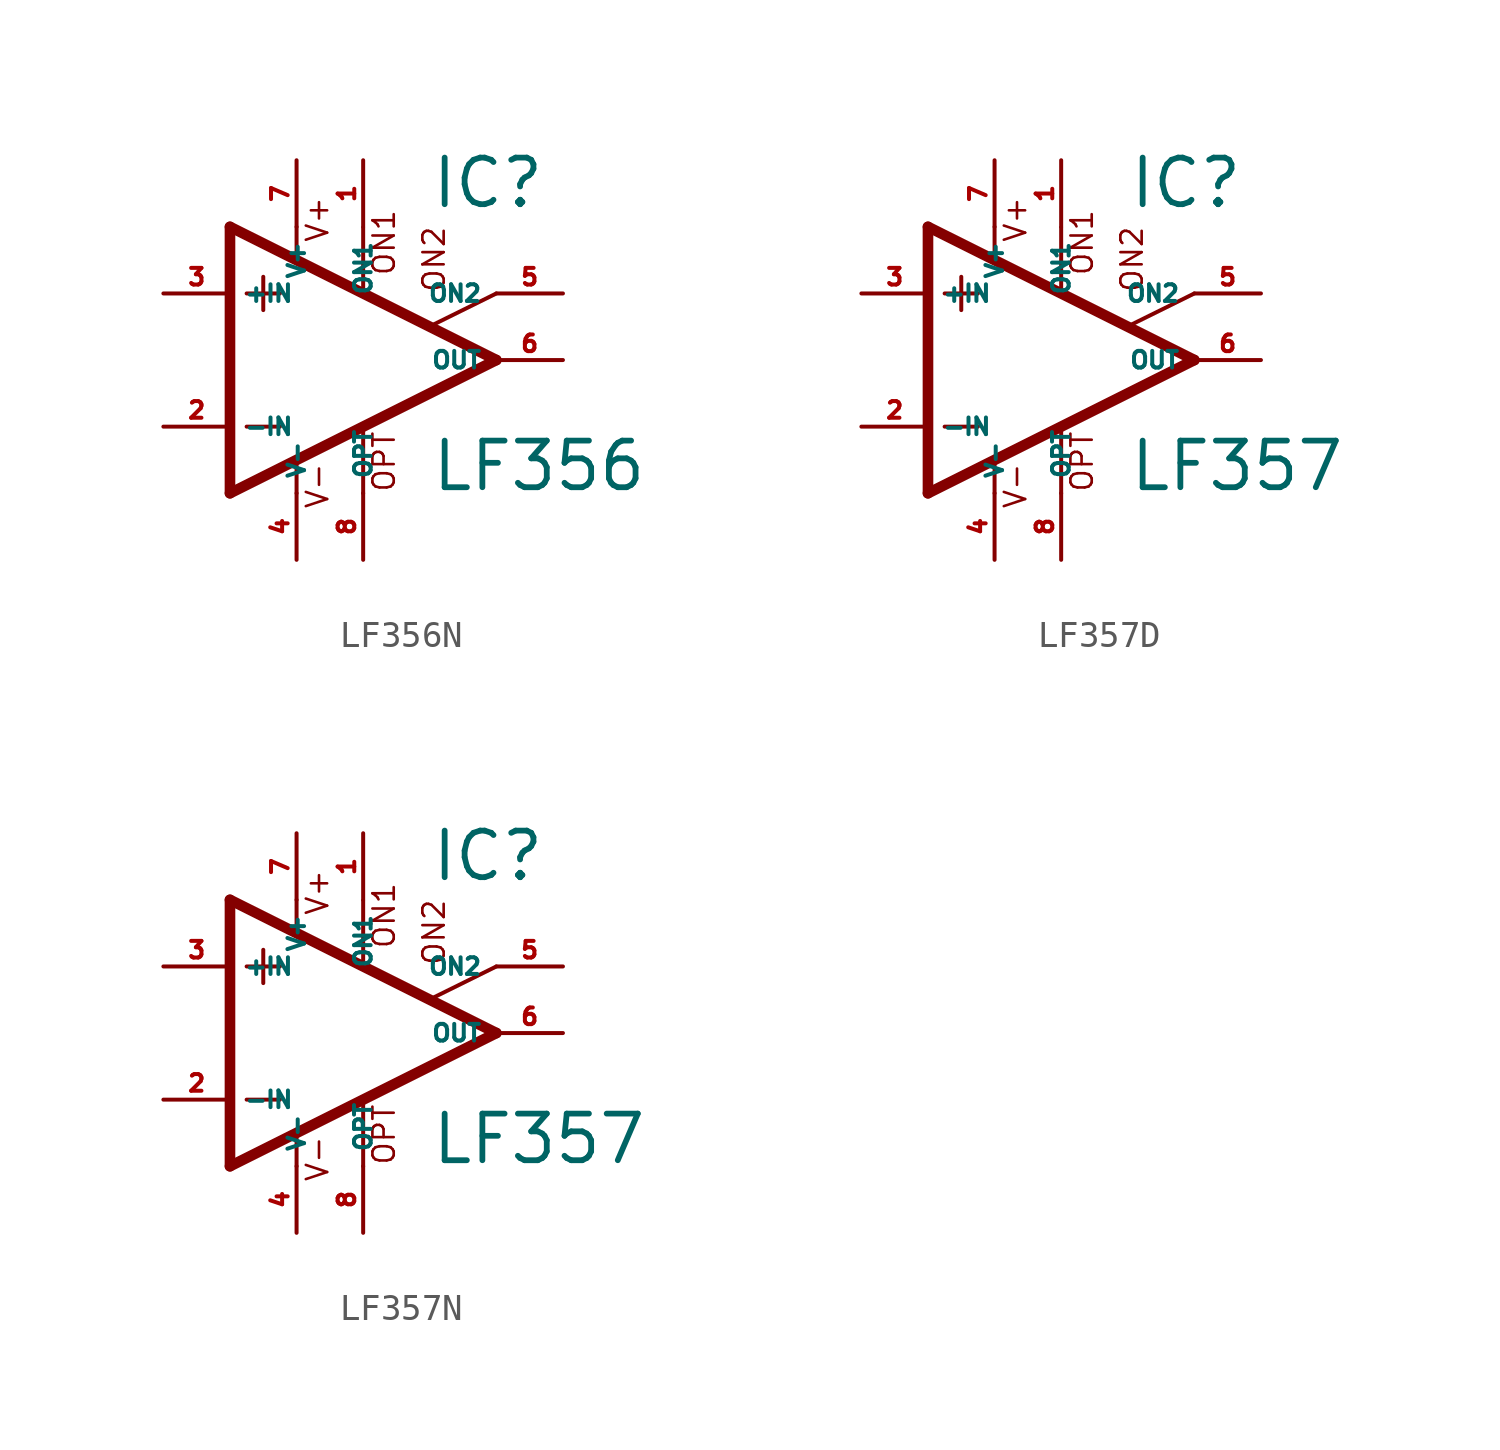
<source format=kicad_sym>
(kicad_symbol_lib
  (version 20220914)
  (generator Eagle2Kicad)
  (symbol "LF356N"
    (property "Reference" "IC"
      (at 2.54 5.715 0)
      (effects (font (size 1.778 1.778) (thickness 0.22)) (justify left bottom)))
    (property "Value" "LF356"
      (at 2.54 -5.08 0)
      (effects (font (size 1.778 1.778) (thickness 0.22)) (justify left bottom)))
    (polyline
      (pts (xy -3.81 3.175) (xy -3.81 1.905))
      (stroke (width 0.152) (type default))
      (fill (type none)))
    (polyline
      (pts (xy -4.445 2.54) (xy -3.175 2.54))
      (stroke (width 0.152) (type default))
      (fill (type none)))
    (polyline
      (pts (xy -4.445 -2.54) (xy -3.175 -2.54))
      (stroke (width 0.152) (type default))
      (fill (type none)))
    (polyline
      (pts (xy -2.54 5.08) (xy -2.54 3.886))
      (stroke (width 0.152) (type default))
      (fill (type none)))
    (polyline
      (pts (xy 0 5.055) (xy 0 2.616))
      (stroke (width 0.152) (type default))
      (fill (type none)))
    (polyline
      (pts (xy 0 -2.616) (xy 0 -5.08))
      (stroke (width 0.152) (type default))
      (fill (type none)))
    (polyline
      (pts (xy -2.54 -3.912) (xy -2.54 -5.08))
      (stroke (width 0.152) (type default))
      (fill (type none)))
    (polyline
      (pts (xy 5.08 2.54) (xy 2.616 1.321))
      (stroke (width 0.152) (type default))
      (fill (type none)))
    (polyline
      (pts (xy 5.08 0) (xy -5.08 5.08))
      (stroke (width 0.406) (type default))
      (fill (type none)))
    (polyline
      (pts (xy -5.08 5.08) (xy -5.08 -5.08))
      (stroke (width 0.406) (type default))
      (fill (type none)))
    (polyline
      (pts (xy -5.08 -5.08) (xy 5.08 0))
      (stroke (width 0.406) (type default))
      (fill (type none)))
    (text "ON1"
      (at 1.27 3.175 900)
      (effects (font (size 0.813 0.813) (thickness 0.10)) (justify left bottom)))
    (text "ON2"
      (at 3.175 2.54 900)
      (effects (font (size 0.813 0.813) (thickness 0.10)) (justify left bottom)))
    (text "OPT"
      (at 1.27 -5.08 900)
      (effects (font (size 0.813 0.813) (thickness 0.10)) (justify left bottom)))
    (text "V+"
      (at -1.27 4.445 900)
      (effects (font (size 0.813 0.813) (thickness 0.10)) (justify left bottom)))
    (text "V-"
      (at -1.27 -5.715 900)
      (effects (font (size 0.813 0.813) (thickness 0.10)) (justify left bottom)))
    (pin passive line
      (at 7.62 2.54 180)
      (length 2.54)
      (name "ON2" (effects (font (size 0.635 0.635) (thickness 0.08)) (justify left bottom)))
      (number "5" (effects (font (size 0.635 0.635) (thickness 0.08)) (justify left bottom))))
    (pin passive line
      (at 0 7.62 270)
      (length 2.54)
      (name "ON1" (effects (font (size 0.635 0.635) (thickness 0.08)) (justify left bottom)))
      (number "1" (effects (font (size 0.635 0.635) (thickness 0.08)) (justify left bottom))))
    (pin input line
      (at -7.62 -2.54 0)
      (length 2.54)
      (name "-IN" (effects (font (size 0.635 0.635) (thickness 0.08)) (justify left bottom)))
      (number "2" (effects (font (size 0.635 0.635) (thickness 0.08)) (justify left bottom))))
    (pin input line
      (at -7.62 2.54 0)
      (length 2.54)
      (name "+IN" (effects (font (size 0.635 0.635) (thickness 0.08)) (justify left bottom)))
      (number "3" (effects (font (size 0.635 0.635) (thickness 0.08)) (justify left bottom))))
    (pin output line
      (at 7.62 0 180)
      (length 2.54)
      (name "OUT" (effects (font (size 0.635 0.635) (thickness 0.08)) (justify left bottom)))
      (number "6" (effects (font (size 0.635 0.635) (thickness 0.08)) (justify left bottom))))
    (pin passive line
      (at 0 -7.62 90)
      (length 2.54)
      (name "OPT" (effects (font (size 0.635 0.635) (thickness 0.08)) (justify left bottom)))
      (number "8" (effects (font (size 0.635 0.635) (thickness 0.08)) (justify left bottom))))
    (pin unspecified line
      (at -2.54 7.62 270)
      (length 2.54)
      (name "V+" (effects (font (size 0.635 0.635) (thickness 0.08)) (justify left bottom)))
      (number "7" (effects (font (size 0.635 0.635) (thickness 0.08)) (justify left bottom))))
    (pin unspecified line
      (at -2.54 -7.62 90)
      (length 2.54)
      (name "V-" (effects (font (size 0.635 0.635) (thickness 0.08)) (justify left bottom)))
      (number "4" (effects (font (size 0.635 0.635) (thickness 0.08)) (justify left bottom)))))
  (symbol "LF357D"
    (property "Reference" "IC"
      (at 2.54 5.715 0)
      (effects (font (size 1.778 1.778) (thickness 0.22)) (justify left bottom)))
    (property "Value" "LF357"
      (at 2.54 -5.08 0)
      (effects (font (size 1.778 1.778) (thickness 0.22)) (justify left bottom)))
    (polyline
      (pts (xy -3.81 3.175) (xy -3.81 1.905))
      (stroke (width 0.152) (type default))
      (fill (type none)))
    (polyline
      (pts (xy -4.445 2.54) (xy -3.175 2.54))
      (stroke (width 0.152) (type default))
      (fill (type none)))
    (polyline
      (pts (xy -4.445 -2.54) (xy -3.175 -2.54))
      (stroke (width 0.152) (type default))
      (fill (type none)))
    (polyline
      (pts (xy -2.54 5.08) (xy -2.54 3.886))
      (stroke (width 0.152) (type default))
      (fill (type none)))
    (polyline
      (pts (xy 0 5.055) (xy 0 2.616))
      (stroke (width 0.152) (type default))
      (fill (type none)))
    (polyline
      (pts (xy 0 -2.616) (xy 0 -5.08))
      (stroke (width 0.152) (type default))
      (fill (type none)))
    (polyline
      (pts (xy -2.54 -3.912) (xy -2.54 -5.08))
      (stroke (width 0.152) (type default))
      (fill (type none)))
    (polyline
      (pts (xy 5.08 2.54) (xy 2.616 1.321))
      (stroke (width 0.152) (type default))
      (fill (type none)))
    (polyline
      (pts (xy 5.08 0) (xy -5.08 5.08))
      (stroke (width 0.406) (type default))
      (fill (type none)))
    (polyline
      (pts (xy -5.08 5.08) (xy -5.08 -5.08))
      (stroke (width 0.406) (type default))
      (fill (type none)))
    (polyline
      (pts (xy -5.08 -5.08) (xy 5.08 0))
      (stroke (width 0.406) (type default))
      (fill (type none)))
    (text "ON1"
      (at 1.27 3.175 900)
      (effects (font (size 0.813 0.813) (thickness 0.10)) (justify left bottom)))
    (text "ON2"
      (at 3.175 2.54 900)
      (effects (font (size 0.813 0.813) (thickness 0.10)) (justify left bottom)))
    (text "OPT"
      (at 1.27 -5.08 900)
      (effects (font (size 0.813 0.813) (thickness 0.10)) (justify left bottom)))
    (text "V+"
      (at -1.27 4.445 900)
      (effects (font (size 0.813 0.813) (thickness 0.10)) (justify left bottom)))
    (text "V-"
      (at -1.27 -5.715 900)
      (effects (font (size 0.813 0.813) (thickness 0.10)) (justify left bottom)))
    (pin passive line
      (at 7.62 2.54 180)
      (length 2.54)
      (name "ON2" (effects (font (size 0.635 0.635) (thickness 0.08)) (justify left bottom)))
      (number "5" (effects (font (size 0.635 0.635) (thickness 0.08)) (justify left bottom))))
    (pin passive line
      (at 0 7.62 270)
      (length 2.54)
      (name "ON1" (effects (font (size 0.635 0.635) (thickness 0.08)) (justify left bottom)))
      (number "1" (effects (font (size 0.635 0.635) (thickness 0.08)) (justify left bottom))))
    (pin input line
      (at -7.62 -2.54 0)
      (length 2.54)
      (name "-IN" (effects (font (size 0.635 0.635) (thickness 0.08)) (justify left bottom)))
      (number "2" (effects (font (size 0.635 0.635) (thickness 0.08)) (justify left bottom))))
    (pin input line
      (at -7.62 2.54 0)
      (length 2.54)
      (name "+IN" (effects (font (size 0.635 0.635) (thickness 0.08)) (justify left bottom)))
      (number "3" (effects (font (size 0.635 0.635) (thickness 0.08)) (justify left bottom))))
    (pin output line
      (at 7.62 0 180)
      (length 2.54)
      (name "OUT" (effects (font (size 0.635 0.635) (thickness 0.08)) (justify left bottom)))
      (number "6" (effects (font (size 0.635 0.635) (thickness 0.08)) (justify left bottom))))
    (pin passive line
      (at 0 -7.62 90)
      (length 2.54)
      (name "OPT" (effects (font (size 0.635 0.635) (thickness 0.08)) (justify left bottom)))
      (number "8" (effects (font (size 0.635 0.635) (thickness 0.08)) (justify left bottom))))
    (pin unspecified line
      (at -2.54 7.62 270)
      (length 2.54)
      (name "V+" (effects (font (size 0.635 0.635) (thickness 0.08)) (justify left bottom)))
      (number "7" (effects (font (size 0.635 0.635) (thickness 0.08)) (justify left bottom))))
    (pin unspecified line
      (at -2.54 -7.62 90)
      (length 2.54)
      (name "V-" (effects (font (size 0.635 0.635) (thickness 0.08)) (justify left bottom)))
      (number "4" (effects (font (size 0.635 0.635) (thickness 0.08)) (justify left bottom)))))
  (symbol "LF357N"
    (property "Reference" "IC"
      (at 2.54 5.715 0)
      (effects (font (size 1.778 1.778) (thickness 0.22)) (justify left bottom)))
    (property "Value" "LF357"
      (at 2.54 -5.08 0)
      (effects (font (size 1.778 1.778) (thickness 0.22)) (justify left bottom)))
    (polyline
      (pts (xy -3.81 3.175) (xy -3.81 1.905))
      (stroke (width 0.152) (type default))
      (fill (type none)))
    (polyline
      (pts (xy -4.445 2.54) (xy -3.175 2.54))
      (stroke (width 0.152) (type default))
      (fill (type none)))
    (polyline
      (pts (xy -4.445 -2.54) (xy -3.175 -2.54))
      (stroke (width 0.152) (type default))
      (fill (type none)))
    (polyline
      (pts (xy -2.54 5.08) (xy -2.54 3.886))
      (stroke (width 0.152) (type default))
      (fill (type none)))
    (polyline
      (pts (xy 0 5.055) (xy 0 2.616))
      (stroke (width 0.152) (type default))
      (fill (type none)))
    (polyline
      (pts (xy 0 -2.616) (xy 0 -5.08))
      (stroke (width 0.152) (type default))
      (fill (type none)))
    (polyline
      (pts (xy -2.54 -3.912) (xy -2.54 -5.08))
      (stroke (width 0.152) (type default))
      (fill (type none)))
    (polyline
      (pts (xy 5.08 2.54) (xy 2.616 1.321))
      (stroke (width 0.152) (type default))
      (fill (type none)))
    (polyline
      (pts (xy 5.08 0) (xy -5.08 5.08))
      (stroke (width 0.406) (type default))
      (fill (type none)))
    (polyline
      (pts (xy -5.08 5.08) (xy -5.08 -5.08))
      (stroke (width 0.406) (type default))
      (fill (type none)))
    (polyline
      (pts (xy -5.08 -5.08) (xy 5.08 0))
      (stroke (width 0.406) (type default))
      (fill (type none)))
    (text "ON1"
      (at 1.27 3.175 900)
      (effects (font (size 0.813 0.813) (thickness 0.10)) (justify left bottom)))
    (text "ON2"
      (at 3.175 2.54 900)
      (effects (font (size 0.813 0.813) (thickness 0.10)) (justify left bottom)))
    (text "OPT"
      (at 1.27 -5.08 900)
      (effects (font (size 0.813 0.813) (thickness 0.10)) (justify left bottom)))
    (text "V+"
      (at -1.27 4.445 900)
      (effects (font (size 0.813 0.813) (thickness 0.10)) (justify left bottom)))
    (text "V-"
      (at -1.27 -5.715 900)
      (effects (font (size 0.813 0.813) (thickness 0.10)) (justify left bottom)))
    (pin passive line
      (at 7.62 2.54 180)
      (length 2.54)
      (name "ON2" (effects (font (size 0.635 0.635) (thickness 0.08)) (justify left bottom)))
      (number "5" (effects (font (size 0.635 0.635) (thickness 0.08)) (justify left bottom))))
    (pin passive line
      (at 0 7.62 270)
      (length 2.54)
      (name "ON1" (effects (font (size 0.635 0.635) (thickness 0.08)) (justify left bottom)))
      (number "1" (effects (font (size 0.635 0.635) (thickness 0.08)) (justify left bottom))))
    (pin input line
      (at -7.62 -2.54 0)
      (length 2.54)
      (name "-IN" (effects (font (size 0.635 0.635) (thickness 0.08)) (justify left bottom)))
      (number "2" (effects (font (size 0.635 0.635) (thickness 0.08)) (justify left bottom))))
    (pin input line
      (at -7.62 2.54 0)
      (length 2.54)
      (name "+IN" (effects (font (size 0.635 0.635) (thickness 0.08)) (justify left bottom)))
      (number "3" (effects (font (size 0.635 0.635) (thickness 0.08)) (justify left bottom))))
    (pin output line
      (at 7.62 0 180)
      (length 2.54)
      (name "OUT" (effects (font (size 0.635 0.635) (thickness 0.08)) (justify left bottom)))
      (number "6" (effects (font (size 0.635 0.635) (thickness 0.08)) (justify left bottom))))
    (pin passive line
      (at 0 -7.62 90)
      (length 2.54)
      (name "OPT" (effects (font (size 0.635 0.635) (thickness 0.08)) (justify left bottom)))
      (number "8" (effects (font (size 0.635 0.635) (thickness 0.08)) (justify left bottom))))
    (pin unspecified line
      (at -2.54 7.62 270)
      (length 2.54)
      (name "V+" (effects (font (size 0.635 0.635) (thickness 0.08)) (justify left bottom)))
      (number "7" (effects (font (size 0.635 0.635) (thickness 0.08)) (justify left bottom))))
    (pin unspecified line
      (at -2.54 -7.62 90)
      (length 2.54)
      (name "V-" (effects (font (size 0.635 0.635) (thickness 0.08)) (justify left bottom)))
      (number "4" (effects (font (size 0.635 0.635) (thickness 0.08)) (justify left bottom))))))
</source>
